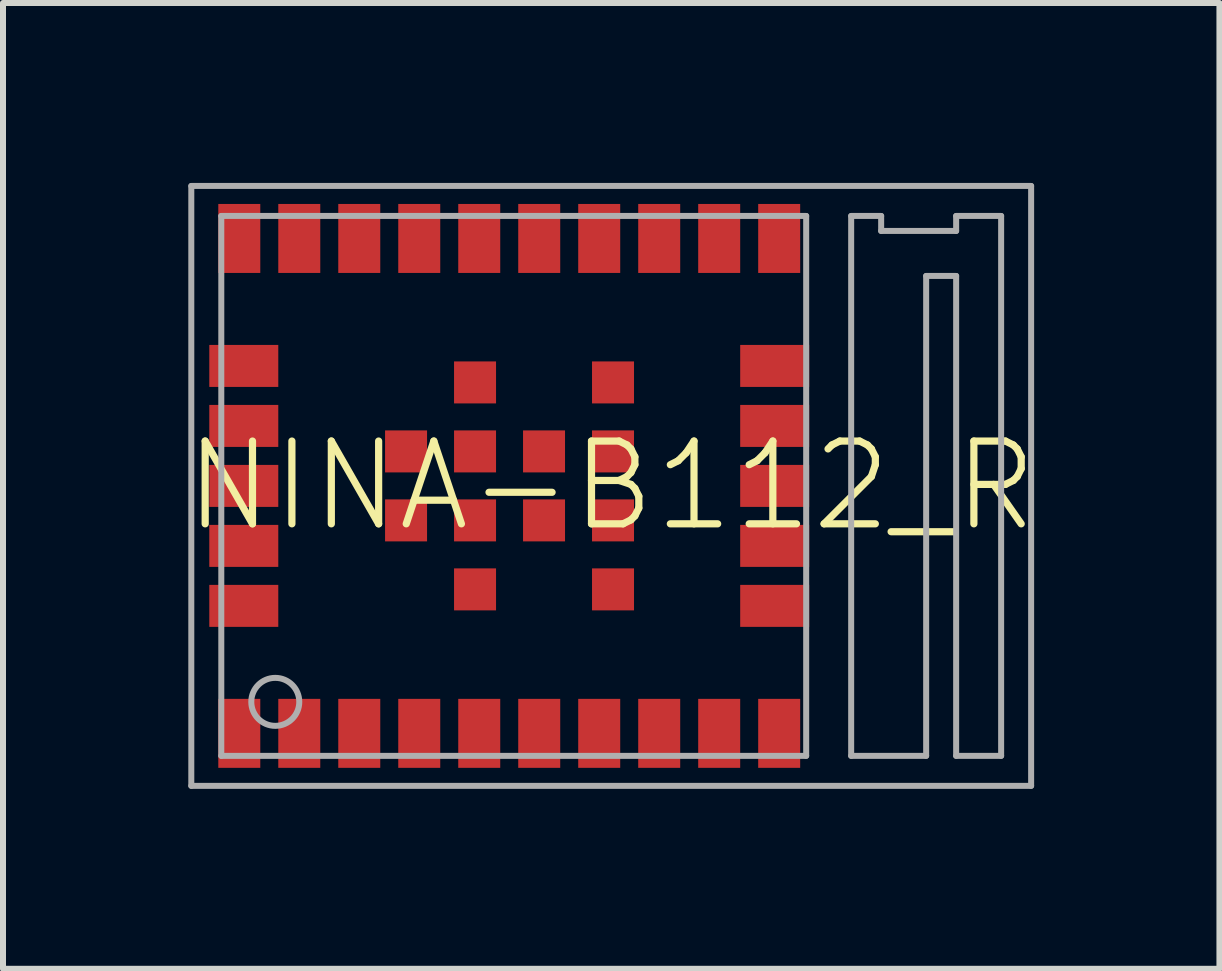
<source format=kicad_pcb>
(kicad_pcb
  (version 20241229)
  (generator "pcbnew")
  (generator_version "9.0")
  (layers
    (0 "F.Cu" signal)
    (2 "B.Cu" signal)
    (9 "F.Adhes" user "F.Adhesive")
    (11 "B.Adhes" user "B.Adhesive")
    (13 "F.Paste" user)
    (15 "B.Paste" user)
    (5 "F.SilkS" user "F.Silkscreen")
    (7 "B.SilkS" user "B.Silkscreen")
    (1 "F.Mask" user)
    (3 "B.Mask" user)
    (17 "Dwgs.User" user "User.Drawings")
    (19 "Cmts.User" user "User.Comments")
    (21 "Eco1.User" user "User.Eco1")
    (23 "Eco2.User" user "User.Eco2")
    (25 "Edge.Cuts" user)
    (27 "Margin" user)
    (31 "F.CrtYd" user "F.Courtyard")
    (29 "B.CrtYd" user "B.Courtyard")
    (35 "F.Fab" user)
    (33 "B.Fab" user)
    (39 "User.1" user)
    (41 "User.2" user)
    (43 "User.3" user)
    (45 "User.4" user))
  (footprint "NINA-B112_R"
    (layer "F.Cu")
    (at 7.139 5.05)
    (property "Reference" "NINA-B112_R" (at 0 0 0) (unlocked yes) (layer "F.SilkS") (effects (font (size 1.38 1.38) (thickness 0.12))))
    (fp_line (start -7 -5) (end -7 5) (stroke (width 0.1) (type solid)) (layer "F.Fab"))
    (fp_line (start -7 5) (end 7 5) (stroke (width 0.1) (type solid)) (layer "F.Fab"))
    (fp_line (start -6.5 4.5) (end -6.5 -4.5) (stroke (width 0.1) (type solid)) (layer "F.Fab"))
    (fp_line (start 3.25 -4.5) (end -6.5 -4.5) (stroke (width 0.1) (type solid)) (layer "F.Fab"))
    (fp_line (start 3.25 -4.5) (end 3.25 4.5) (stroke (width 0.1) (type solid)) (layer "F.Fab"))
    (fp_line (start 3.25 4.5) (end -6.5 4.5) (stroke (width 0.1) (type solid)) (layer "F.Fab"))
    (fp_line (start 4 -4.5) (end 4.5 -4.5) (stroke (width 0.1) (type solid)) (layer "F.Fab"))
    (fp_line (start 4 4.5) (end 4 -4.5) (stroke (width 0.1) (type solid)) (layer "F.Fab"))
    (fp_line (start 4.5 -4.5) (end 4.5 -4.25) (stroke (width 0.1) (type solid)) (layer "F.Fab"))
    (fp_line (start 4.5 -4.25) (end 5.75 -4.25) (stroke (width 0.1) (type solid)) (layer "F.Fab"))
    (fp_line (start 5.25 -3.5) (end 5.25 4.5) (stroke (width 0.1) (type solid)) (layer "F.Fab"))
    (fp_line (start 5.25 4.5) (end 4 4.5) (stroke (width 0.1) (type solid)) (layer "F.Fab"))
    (fp_line (start 5.75 -4.5) (end 6.5 -4.5) (stroke (width 0.1) (type solid)) (layer "F.Fab"))
    (fp_line (start 5.75 -4.25) (end 5.75 -4.5) (stroke (width 0.1) (type solid)) (layer "F.Fab"))
    (fp_line (start 5.75 -3.5) (end 5.25 -3.5) (stroke (width 0.1) (type solid)) (layer "F.Fab"))
    (fp_line (start 5.75 4.5) (end 5.75 -3.5) (stroke (width 0.1) (type solid)) (layer "F.Fab"))
    (fp_line (start 6.5 -4.5) (end 6.5 4.5) (stroke (width 0.1) (type solid)) (layer "F.Fab"))
    (fp_line (start 6.5 4.5) (end 5.75 4.5) (stroke (width 0.1) (type solid)) (layer "F.Fab"))
    (fp_line (start 7 -5) (end -7 -5) (stroke (width 0.1) (type solid)) (layer "F.Fab"))
    (fp_line (start 7 5) (end 7 -5) (stroke (width 0.1) (type solid)) (layer "F.Fab"))
    (fp_circle (center -5.6 3.6) (end -5.2 3.6) (stroke (width 0.1) (type solid)) (fill no) (layer "F.Fab"))
    (pad "1" smd rect (at -6.2 4.125 90) (size 1.15 0.7) (layers "F.Cu" "F.Mask" "F.Paste"))
    (pad "2" smd rect (at -5.2 4.125 90) (size 1.15 0.7) (layers "F.Cu" "F.Mask" "F.Paste"))
    (pad "3" smd rect (at -4.2 4.125 90) (size 1.15 0.7) (layers "F.Cu" "F.Mask" "F.Paste"))
    (pad "4" smd rect (at -3.2 4.125 90) (size 1.15 0.7) (layers "F.Cu" "F.Mask" "F.Paste"))
    (pad "5" smd rect (at -2.2 4.125 90) (size 1.15 0.7) (layers "F.Cu" "F.Mask" "F.Paste"))
    (pad "6" smd rect (at -1.2 4.125 90) (size 1.15 0.7) (layers "F.Cu" "F.Mask" "F.Paste"))
    (pad "7" smd rect (at -0.2 4.125 90) (size 1.15 0.7) (layers "F.Cu" "F.Mask" "F.Paste"))
    (pad "8" smd rect (at 0.8 4.125 90) (size 1.15 0.7) (layers "F.Cu" "F.Mask" "F.Paste"))
    (pad "9" smd rect (at 1.8 4.125 90) (size 1.15 0.7) (layers "F.Cu" "F.Mask" "F.Paste"))
    (pad "10" smd rect (at 2.8 4.125 90) (size 1.15 0.7) (layers "F.Cu" "F.Mask" "F.Paste"))
    (pad "11" smd rect (at 2.725 2 180) (size 1.15 0.7) (layers "F.Cu" "F.Mask" "F.Paste"))
    (pad "12" smd rect (at 2.725 1 180) (size 1.15 0.7) (layers "F.Cu" "F.Mask" "F.Paste"))
    (pad "13" smd rect (at 2.725 0 180) (size 1.15 0.7) (layers "F.Cu" "F.Mask" "F.Paste"))
    (pad "14" smd rect (at 2.725 -1 180) (size 1.15 0.7) (layers "F.Cu" "F.Mask" "F.Paste"))
    (pad "15" smd rect (at 2.725 -2 180) (size 1.15 0.7) (layers "F.Cu" "F.Mask" "F.Paste"))
    (pad "16" smd rect (at 2.8 -4.125 90) (size 1.15 0.7) (layers "F.Cu" "F.Mask" "F.Paste"))
    (pad "17" smd rect (at 1.8 -4.125 90) (size 1.15 0.7) (layers "F.Cu" "F.Mask" "F.Paste"))
    (pad "18" smd rect (at 0.8 -4.125 90) (size 1.15 0.7) (layers "F.Cu" "F.Mask" "F.Paste"))
    (pad "19" smd rect (at -0.2 -4.125 90) (size 1.15 0.7) (layers "F.Cu" "F.Mask" "F.Paste"))
    (pad "20" smd rect (at -1.2 -4.125 90) (size 1.15 0.7) (layers "F.Cu" "F.Mask" "F.Paste"))
    (pad "21" smd rect (at -2.2 -4.125 90) (size 1.15 0.7) (layers "F.Cu" "F.Mask" "F.Paste"))
    (pad "22" smd rect (at -3.2 -4.125 90) (size 1.15 0.7) (layers "F.Cu" "F.Mask" "F.Paste"))
    (pad "23" smd rect (at -4.2 -4.125 90) (size 1.15 0.7) (layers "F.Cu" "F.Mask" "F.Paste"))
    (pad "24" smd rect (at -5.2 -4.125 90) (size 1.15 0.7) (layers "F.Cu" "F.Mask" "F.Paste"))
    (pad "25" smd rect (at -6.2 -4.125 90) (size 1.15 0.7) (layers "F.Cu" "F.Mask" "F.Paste"))
    (pad "26" smd rect (at -6.125 -2) (size 1.15 0.7) (layers "F.Cu" "F.Mask" "F.Paste"))
    (pad "27" smd rect (at -6.125 -1) (size 1.15 0.7) (layers "F.Cu" "F.Mask" "F.Paste"))
    (pad "28" smd rect (at -6.125 0) (size 1.15 0.7) (layers "F.Cu" "F.Mask" "F.Paste"))
    (pad "29" smd rect (at -6.125 1) (size 1.15 0.7) (layers "F.Cu" "F.Mask" "F.Paste"))
    (pad "30" smd rect (at -6.125 2) (size 1.15 0.7) (layers "F.Cu" "F.Mask" "F.Paste"))
    (pad "31" smd rect (at -2.27 1.725) (size 0.7 0.7) (layers "F.Cu" "F.Mask" "F.Paste"))
    (pad "32" smd rect (at 0.03 1.725) (size 0.7 0.7) (layers "F.Cu" "F.Mask" "F.Paste"))
    (pad "33" smd rect (at 0.03 -1.725) (size 0.7 0.7) (layers "F.Cu" "F.Mask" "F.Paste"))
    (pad "34" smd rect (at -2.27 -1.725) (size 0.7 0.7) (layers "F.Cu" "F.Mask" "F.Paste"))
    (pad "35" smd rect (at -3.42 0.575) (size 0.7 0.7) (layers "F.Cu" "F.Mask" "F.Paste"))
    (pad "36" smd rect (at -2.27 0.575) (size 0.7 0.7) (layers "F.Cu" "F.Mask" "F.Paste"))
    (pad "37" smd rect (at -1.12 0.575) (size 0.7 0.7) (layers "F.Cu" "F.Mask" "F.Paste"))
    (pad "38" smd rect (at 0.03 0.575) (size 0.7 0.7) (layers "F.Cu" "F.Mask" "F.Paste"))
    (pad "39" smd rect (at 0.03 -0.575) (size 0.7 0.7) (layers "F.Cu" "F.Mask" "F.Paste"))
    (pad "40" smd rect (at -1.12 -0.575) (size 0.7 0.7) (layers "F.Cu" "F.Mask" "F.Paste"))
    (pad "41" smd rect (at -2.27 -0.575) (size 0.7 0.7) (layers "F.Cu" "F.Mask" "F.Paste"))
    (pad "42" smd rect (at -3.42 -0.575) (size 0.7 0.7) (layers "F.Cu" "F.Mask" "F.Paste")))
  (gr_rect
    (start -3 -3)
    (end 17.278 13.1)
    (stroke (width 0.1) (type default))
    (fill no)
    (layer "Edge.Cuts")))
</source>
